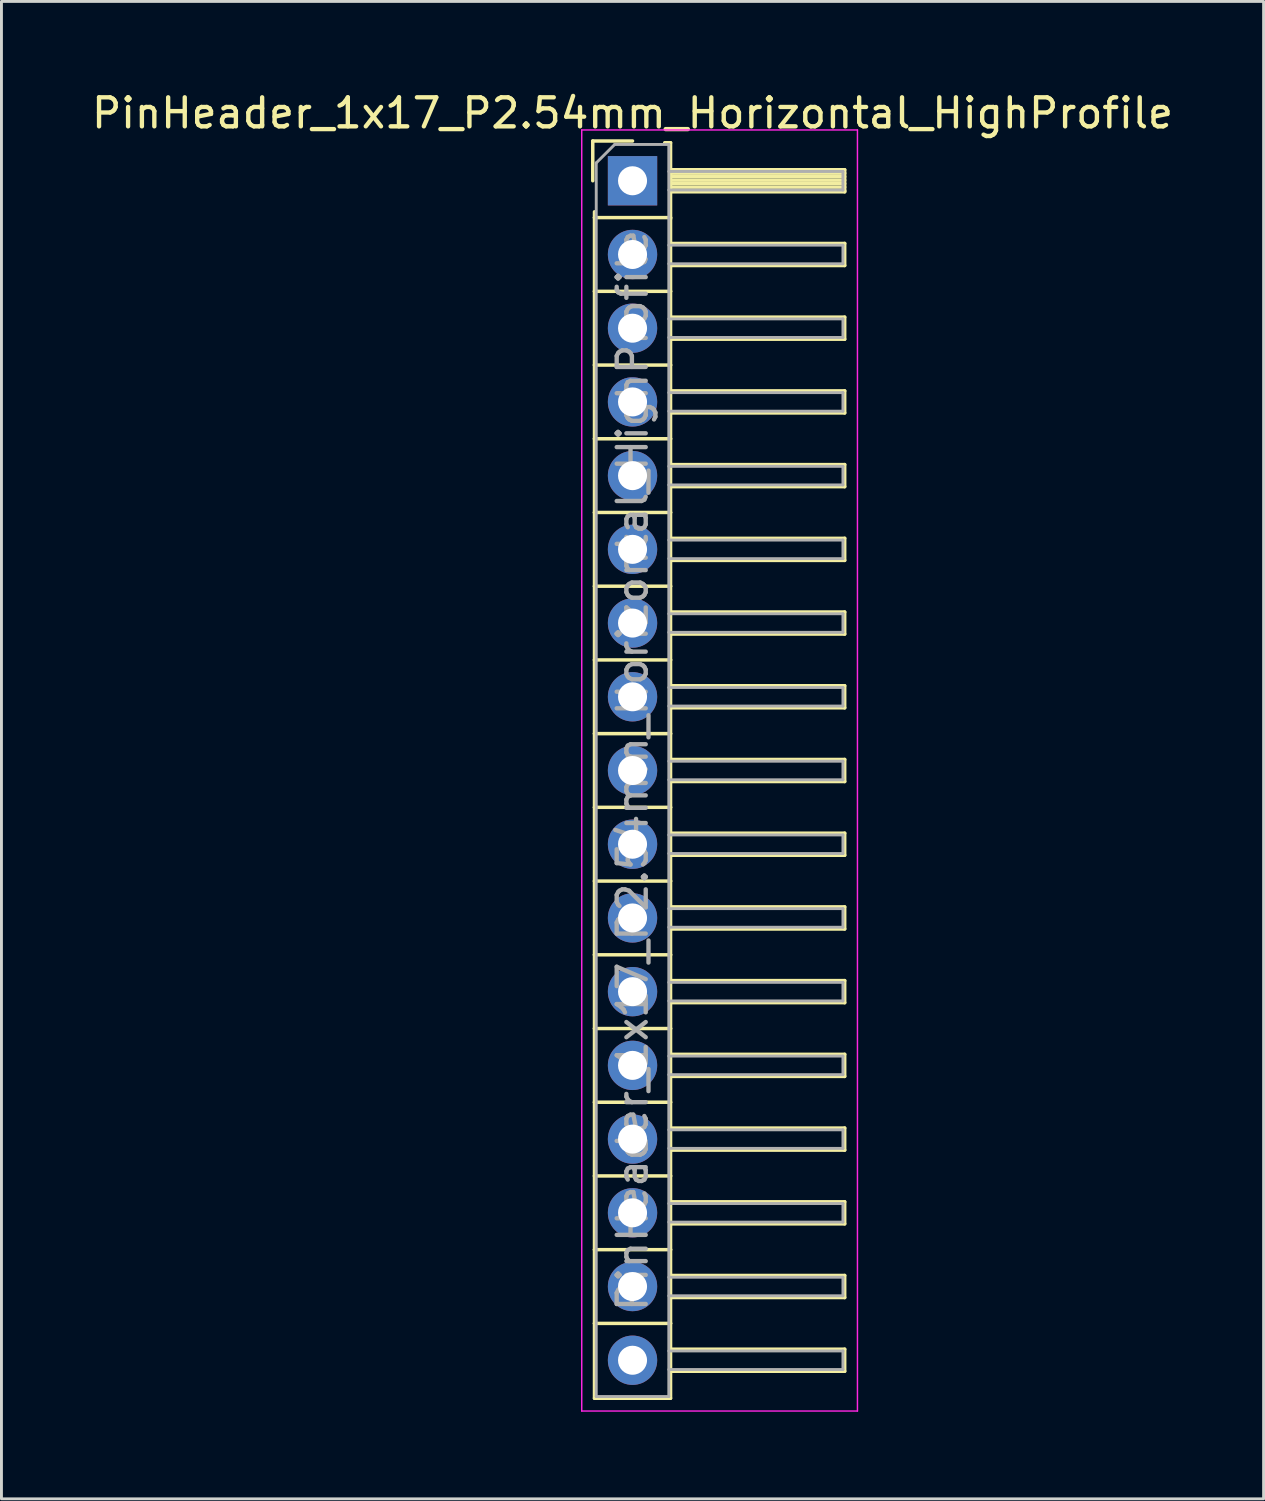
<source format=kicad_pcb>
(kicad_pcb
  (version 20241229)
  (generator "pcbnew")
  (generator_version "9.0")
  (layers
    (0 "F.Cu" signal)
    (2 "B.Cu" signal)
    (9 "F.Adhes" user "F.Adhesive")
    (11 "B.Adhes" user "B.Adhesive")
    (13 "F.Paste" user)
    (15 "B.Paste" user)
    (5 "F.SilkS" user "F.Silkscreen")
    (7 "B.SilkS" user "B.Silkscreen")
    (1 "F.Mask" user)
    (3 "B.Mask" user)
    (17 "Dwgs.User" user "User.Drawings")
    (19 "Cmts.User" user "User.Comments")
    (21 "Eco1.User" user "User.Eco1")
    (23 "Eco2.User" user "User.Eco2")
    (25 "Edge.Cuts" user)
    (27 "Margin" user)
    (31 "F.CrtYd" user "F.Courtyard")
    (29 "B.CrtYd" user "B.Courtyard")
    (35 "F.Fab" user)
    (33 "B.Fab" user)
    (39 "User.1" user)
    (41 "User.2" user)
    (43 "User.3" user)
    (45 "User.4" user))
  (footprint "PinHeader_1x17_P2.54mm_Horizontal_HighProfile"
    (layer "F.Cu")
    (at 18.744 3.178)
    (property "Reference" "PinHeader_1x17_P2.54mm_Horizontal_HighProfile" (at 0 -2.33 0) (layer "F.SilkS") (effects (font (size 1 1) (thickness 0.15))))
    (attr through_hole)
    (fp_line (start -1.37 -1.37) (end -1.37 0) (stroke (width 0.12) (type solid)) (layer "F.SilkS"))
    (fp_line (start -1.37 -1.37) (end 0 -1.37) (stroke (width 0.12) (type solid)) (layer "F.SilkS"))
    (fp_line (start -1.31 1.27) (end -1.31 1.07) (stroke (width 0.12) (type solid)) (layer "F.SilkS"))
    (fp_line (start -1.31 1.27) (end -1.31 3.81) (stroke (width 0.12) (type solid)) (layer "F.SilkS"))
    (fp_line (start -1.31 1.27) (end 1.31 1.27) (stroke (width 0.12) (type solid)) (layer "F.SilkS"))
    (fp_line (start -1.31 3.81) (end -1.31 6.35) (stroke (width 0.12) (type solid)) (layer "F.SilkS"))
    (fp_line (start -1.31 3.81) (end 1.31 3.81) (stroke (width 0.12) (type solid)) (layer "F.SilkS"))
    (fp_line (start -1.31 6.35) (end -1.31 8.89) (stroke (width 0.12) (type solid)) (layer "F.SilkS"))
    (fp_line (start -1.31 6.35) (end 1.31 6.35) (stroke (width 0.12) (type solid)) (layer "F.SilkS"))
    (fp_line (start -1.31 8.89) (end -1.31 11.43) (stroke (width 0.12) (type solid)) (layer "F.SilkS"))
    (fp_line (start -1.31 8.89) (end 1.31 8.89) (stroke (width 0.12) (type solid)) (layer "F.SilkS"))
    (fp_line (start -1.31 11.43) (end -1.31 13.97) (stroke (width 0.12) (type solid)) (layer "F.SilkS"))
    (fp_line (start -1.31 11.43) (end 1.31 11.43) (stroke (width 0.12) (type solid)) (layer "F.SilkS"))
    (fp_line (start -1.31 13.97) (end -1.31 16.51) (stroke (width 0.12) (type solid)) (layer "F.SilkS"))
    (fp_line (start -1.31 13.97) (end 1.31 13.97) (stroke (width 0.12) (type solid)) (layer "F.SilkS"))
    (fp_line (start -1.31 16.51) (end -1.31 19.05) (stroke (width 0.12) (type solid)) (layer "F.SilkS"))
    (fp_line (start -1.31 16.51) (end 1.31 16.51) (stroke (width 0.12) (type solid)) (layer "F.SilkS"))
    (fp_line (start -1.31 19.05) (end -1.31 21.59) (stroke (width 0.12) (type solid)) (layer "F.SilkS"))
    (fp_line (start -1.31 19.05) (end 1.31 19.05) (stroke (width 0.12) (type solid)) (layer "F.SilkS"))
    (fp_line (start -1.31 21.59) (end -1.31 24.13) (stroke (width 0.12) (type solid)) (layer "F.SilkS"))
    (fp_line (start -1.31 21.59) (end 1.31 21.59) (stroke (width 0.12) (type solid)) (layer "F.SilkS"))
    (fp_line (start -1.31 24.13) (end -1.31 26.67) (stroke (width 0.12) (type solid)) (layer "F.SilkS"))
    (fp_line (start -1.31 24.13) (end 1.31 24.13) (stroke (width 0.12) (type solid)) (layer "F.SilkS"))
    (fp_line (start -1.31 26.67) (end -1.31 29.21) (stroke (width 0.12) (type solid)) (layer "F.SilkS"))
    (fp_line (start -1.31 26.67) (end 1.31 26.67) (stroke (width 0.12) (type solid)) (layer "F.SilkS"))
    (fp_line (start -1.31 29.21) (end -1.31 31.75) (stroke (width 0.12) (type solid)) (layer "F.SilkS"))
    (fp_line (start -1.31 29.21) (end 1.31 29.21) (stroke (width 0.12) (type solid)) (layer "F.SilkS"))
    (fp_line (start -1.31 31.75) (end -1.31 34.29) (stroke (width 0.12) (type solid)) (layer "F.SilkS"))
    (fp_line (start -1.31 31.75) (end 1.31 31.75) (stroke (width 0.12) (type solid)) (layer "F.SilkS"))
    (fp_line (start -1.31 34.29) (end -1.31 36.83) (stroke (width 0.12) (type solid)) (layer "F.SilkS"))
    (fp_line (start -1.31 34.29) (end 1.31 34.29) (stroke (width 0.12) (type solid)) (layer "F.SilkS"))
    (fp_line (start -1.31 36.83) (end -1.31 39.37) (stroke (width 0.12) (type solid)) (layer "F.SilkS"))
    (fp_line (start -1.31 36.83) (end 1.31 36.83) (stroke (width 0.12) (type solid)) (layer "F.SilkS"))
    (fp_line (start -1.31 39.37) (end -1.31 41.95) (stroke (width 0.12) (type solid)) (layer "F.SilkS"))
    (fp_line (start -1.31 39.37) (end 1.31 39.37) (stroke (width 0.12) (type solid)) (layer "F.SilkS"))
    (fp_line (start -1.31 41.95) (end 1.31 41.95) (stroke (width 0.12) (type solid)) (layer "F.SilkS"))
    (fp_line (start 1.11 -1.31) (end 1.31 -1.31) (stroke (width 0.12) (type solid)) (layer "F.SilkS"))
    (fp_line (start 1.31 -1.31) (end 1.31 1.31) (stroke (width 0.12) (type solid)) (layer "F.SilkS"))
    (fp_line (start 1.31 -0.38) (end 7.31 -0.38) (stroke (width 0.12) (type solid)) (layer "F.SilkS"))
    (fp_line (start 1.31 -0.26) (end 7.31 -0.26) (stroke (width 0.12) (type solid)) (layer "F.SilkS"))
    (fp_line (start 1.31 -0.14) (end 7.31 -0.14) (stroke (width 0.12) (type solid)) (layer "F.SilkS"))
    (fp_line (start 1.31 -0.02) (end 7.31 -0.02) (stroke (width 0.12) (type solid)) (layer "F.SilkS"))
    (fp_line (start 1.31 0.1) (end 7.31 0.1) (stroke (width 0.12) (type solid)) (layer "F.SilkS"))
    (fp_line (start 1.31 0.22) (end 7.31 0.22) (stroke (width 0.12) (type solid)) (layer "F.SilkS"))
    (fp_line (start 1.31 0.34) (end 7.31 0.34) (stroke (width 0.12) (type solid)) (layer "F.SilkS"))
    (fp_line (start 1.31 0.38) (end 7.31 0.38) (stroke (width 0.12) (type solid)) (layer "F.SilkS"))
    (fp_line (start 1.31 1.27) (end 1.31 3.81) (stroke (width 0.12) (type solid)) (layer "F.SilkS"))
    (fp_line (start 1.31 2.16) (end 7.31 2.16) (stroke (width 0.12) (type solid)) (layer "F.SilkS"))
    (fp_line (start 1.31 2.92) (end 7.31 2.92) (stroke (width 0.12) (type solid)) (layer "F.SilkS"))
    (fp_line (start 1.31 3.81) (end 1.31 6.35) (stroke (width 0.12) (type solid)) (layer "F.SilkS"))
    (fp_line (start 1.31 4.7) (end 7.31 4.7) (stroke (width 0.12) (type solid)) (layer "F.SilkS"))
    (fp_line (start 1.31 5.46) (end 7.31 5.46) (stroke (width 0.12) (type solid)) (layer "F.SilkS"))
    (fp_line (start 1.31 6.35) (end 1.31 8.89) (stroke (width 0.12) (type solid)) (layer "F.SilkS"))
    (fp_line (start 1.31 7.24) (end 7.31 7.24) (stroke (width 0.12) (type solid)) (layer "F.SilkS"))
    (fp_line (start 1.31 8) (end 7.31 8) (stroke (width 0.12) (type solid)) (layer "F.SilkS"))
    (fp_line (start 1.31 8.89) (end 1.31 11.43) (stroke (width 0.12) (type solid)) (layer "F.SilkS"))
    (fp_line (start 1.31 9.78) (end 7.31 9.78) (stroke (width 0.12) (type solid)) (layer "F.SilkS"))
    (fp_line (start 1.31 10.54) (end 7.31 10.54) (stroke (width 0.12) (type solid)) (layer "F.SilkS"))
    (fp_line (start 1.31 11.43) (end 1.31 13.97) (stroke (width 0.12) (type solid)) (layer "F.SilkS"))
    (fp_line (start 1.31 12.32) (end 7.31 12.32) (stroke (width 0.12) (type solid)) (layer "F.SilkS"))
    (fp_line (start 1.31 13.08) (end 7.31 13.08) (stroke (width 0.12) (type solid)) (layer "F.SilkS"))
    (fp_line (start 1.31 13.97) (end 1.31 16.51) (stroke (width 0.12) (type solid)) (layer "F.SilkS"))
    (fp_line (start 1.31 14.86) (end 7.31 14.86) (stroke (width 0.12) (type solid)) (layer "F.SilkS"))
    (fp_line (start 1.31 15.62) (end 7.31 15.62) (stroke (width 0.12) (type solid)) (layer "F.SilkS"))
    (fp_line (start 1.31 16.51) (end 1.31 19.05) (stroke (width 0.12) (type solid)) (layer "F.SilkS"))
    (fp_line (start 1.31 17.4) (end 7.31 17.4) (stroke (width 0.12) (type solid)) (layer "F.SilkS"))
    (fp_line (start 1.31 18.16) (end 7.31 18.16) (stroke (width 0.12) (type solid)) (layer "F.SilkS"))
    (fp_line (start 1.31 19.05) (end 1.31 21.59) (stroke (width 0.12) (type solid)) (layer "F.SilkS"))
    (fp_line (start 1.31 19.94) (end 7.31 19.94) (stroke (width 0.12) (type solid)) (layer "F.SilkS"))
    (fp_line (start 1.31 20.7) (end 7.31 20.7) (stroke (width 0.12) (type solid)) (layer "F.SilkS"))
    (fp_line (start 1.31 21.59) (end 1.31 24.13) (stroke (width 0.12) (type solid)) (layer "F.SilkS"))
    (fp_line (start 1.31 22.48) (end 7.31 22.48) (stroke (width 0.12) (type solid)) (layer "F.SilkS"))
    (fp_line (start 1.31 23.24) (end 7.31 23.24) (stroke (width 0.12) (type solid)) (layer "F.SilkS"))
    (fp_line (start 1.31 24.13) (end 1.31 26.67) (stroke (width 0.12) (type solid)) (layer "F.SilkS"))
    (fp_line (start 1.31 25.02) (end 7.31 25.02) (stroke (width 0.12) (type solid)) (layer "F.SilkS"))
    (fp_line (start 1.31 25.78) (end 7.31 25.78) (stroke (width 0.12) (type solid)) (layer "F.SilkS"))
    (fp_line (start 1.31 26.67) (end 1.31 29.21) (stroke (width 0.12) (type solid)) (layer "F.SilkS"))
    (fp_line (start 1.31 27.56) (end 7.31 27.56) (stroke (width 0.12) (type solid)) (layer "F.SilkS"))
    (fp_line (start 1.31 28.32) (end 7.31 28.32) (stroke (width 0.12) (type solid)) (layer "F.SilkS"))
    (fp_line (start 1.31 29.21) (end 1.31 31.75) (stroke (width 0.12) (type solid)) (layer "F.SilkS"))
    (fp_line (start 1.31 30.1) (end 7.31 30.1) (stroke (width 0.12) (type solid)) (layer "F.SilkS"))
    (fp_line (start 1.31 30.86) (end 7.31 30.86) (stroke (width 0.12) (type solid)) (layer "F.SilkS"))
    (fp_line (start 1.31 31.75) (end 1.31 34.29) (stroke (width 0.12) (type solid)) (layer "F.SilkS"))
    (fp_line (start 1.31 32.64) (end 7.31 32.64) (stroke (width 0.12) (type solid)) (layer "F.SilkS"))
    (fp_line (start 1.31 33.4) (end 7.31 33.4) (stroke (width 0.12) (type solid)) (layer "F.SilkS"))
    (fp_line (start 1.31 34.29) (end 1.31 36.83) (stroke (width 0.12) (type solid)) (layer "F.SilkS"))
    (fp_line (start 1.31 35.18) (end 7.31 35.18) (stroke (width 0.12) (type solid)) (layer "F.SilkS"))
    (fp_line (start 1.31 35.94) (end 7.31 35.94) (stroke (width 0.12) (type solid)) (layer "F.SilkS"))
    (fp_line (start 1.31 36.83) (end 1.31 39.37) (stroke (width 0.12) (type solid)) (layer "F.SilkS"))
    (fp_line (start 1.31 37.72) (end 7.31 37.72) (stroke (width 0.12) (type solid)) (layer "F.SilkS"))
    (fp_line (start 1.31 38.48) (end 7.31 38.48) (stroke (width 0.12) (type solid)) (layer "F.SilkS"))
    (fp_line (start 1.31 39.37) (end 1.31 41.95) (stroke (width 0.12) (type solid)) (layer "F.SilkS"))
    (fp_line (start 1.31 40.26) (end 7.31 40.26) (stroke (width 0.12) (type solid)) (layer "F.SilkS"))
    (fp_line (start 1.31 41.02) (end 7.31 41.02) (stroke (width 0.12) (type solid)) (layer "F.SilkS"))
    (fp_line (start 7.31 -0.38) (end 7.31 0.38) (stroke (width 0.12) (type solid)) (layer "F.SilkS"))
    (fp_line (start 7.31 2.16) (end 7.31 2.92) (stroke (width 0.12) (type solid)) (layer "F.SilkS"))
    (fp_line (start 7.31 4.7) (end 7.31 5.46) (stroke (width 0.12) (type solid)) (layer "F.SilkS"))
    (fp_line (start 7.31 7.24) (end 7.31 8) (stroke (width 0.12) (type solid)) (layer "F.SilkS"))
    (fp_line (start 7.31 9.78) (end 7.31 10.54) (stroke (width 0.12) (type solid)) (layer "F.SilkS"))
    (fp_line (start 7.31 12.32) (end 7.31 13.08) (stroke (width 0.12) (type solid)) (layer "F.SilkS"))
    (fp_line (start 7.31 14.86) (end 7.31 15.62) (stroke (width 0.12) (type solid)) (layer "F.SilkS"))
    (fp_line (start 7.31 17.4) (end 7.31 18.16) (stroke (width 0.12) (type solid)) (layer "F.SilkS"))
    (fp_line (start 7.31 19.94) (end 7.31 20.7) (stroke (width 0.12) (type solid)) (layer "F.SilkS"))
    (fp_line (start 7.31 22.48) (end 7.31 23.24) (stroke (width 0.12) (type solid)) (layer "F.SilkS"))
    (fp_line (start 7.31 25.02) (end 7.31 25.78) (stroke (width 0.12) (type solid)) (layer "F.SilkS"))
    (fp_line (start 7.31 27.56) (end 7.31 28.32) (stroke (width 0.12) (type solid)) (layer "F.SilkS"))
    (fp_line (start 7.31 30.1) (end 7.31 30.86) (stroke (width 0.12) (type solid)) (layer "F.SilkS"))
    (fp_line (start 7.31 32.64) (end 7.31 33.4) (stroke (width 0.12) (type solid)) (layer "F.SilkS"))
    (fp_line (start 7.31 35.18) (end 7.31 35.94) (stroke (width 0.12) (type solid)) (layer "F.SilkS"))
    (fp_line (start 7.31 37.72) (end 7.31 38.48) (stroke (width 0.12) (type solid)) (layer "F.SilkS"))
    (fp_line (start 7.31 40.26) (end 7.31 41.02) (stroke (width 0.12) (type solid)) (layer "F.SilkS"))
    (fp_line (start -1.75 -1.75) (end -1.75 42.39) (stroke (width 0.05) (type solid)) (layer "F.CrtYd"))
    (fp_line (start -1.75 -1.75) (end 7.75 -1.75) (stroke (width 0.05) (type solid)) (layer "F.CrtYd"))
    (fp_line (start -1.75 42.39) (end 7.75 42.39) (stroke (width 0.05) (type solid)) (layer "F.CrtYd"))
    (fp_line (start 7.75 -1.75) (end 7.75 42.39) (stroke (width 0.05) (type solid)) (layer "F.CrtYd"))
    (fp_line (start -1.25 -0.615) (end -1.25 41.89) (stroke (width 0.1) (type solid)) (layer "F.Fab"))
    (fp_line (start -1.25 -0.615) (end -0.615 -1.25) (stroke (width 0.1) (type solid)) (layer "F.Fab"))
    (fp_line (start -1.25 41.89) (end 1.25 41.89) (stroke (width 0.1) (type solid)) (layer "F.Fab"))
    (fp_line (start -0.615 -1.25) (end 1.25 -1.25) (stroke (width 0.1) (type solid)) (layer "F.Fab"))
    (fp_line (start 1.25 -1.25) (end 1.25 41.89) (stroke (width 0.1) (type solid)) (layer "F.Fab"))
    (fp_line (start 1.25 -0.32) (end 7.25 -0.32) (stroke (width 0.1) (type solid)) (layer "F.Fab"))
    (fp_line (start 1.25 0.32) (end 7.25 0.32) (stroke (width 0.1) (type solid)) (layer "F.Fab"))
    (fp_line (start 1.25 2.22) (end 7.25 2.22) (stroke (width 0.1) (type solid)) (layer "F.Fab"))
    (fp_line (start 1.25 2.86) (end 7.25 2.86) (stroke (width 0.1) (type solid)) (layer "F.Fab"))
    (fp_line (start 1.25 4.76) (end 7.25 4.76) (stroke (width 0.1) (type solid)) (layer "F.Fab"))
    (fp_line (start 1.25 5.4) (end 7.25 5.4) (stroke (width 0.1) (type solid)) (layer "F.Fab"))
    (fp_line (start 1.25 7.3) (end 7.25 7.3) (stroke (width 0.1) (type solid)) (layer "F.Fab"))
    (fp_line (start 1.25 7.94) (end 7.25 7.94) (stroke (width 0.1) (type solid)) (layer "F.Fab"))
    (fp_line (start 1.25 9.84) (end 7.25 9.84) (stroke (width 0.1) (type solid)) (layer "F.Fab"))
    (fp_line (start 1.25 10.48) (end 7.25 10.48) (stroke (width 0.1) (type solid)) (layer "F.Fab"))
    (fp_line (start 1.25 12.38) (end 7.25 12.38) (stroke (width 0.1) (type solid)) (layer "F.Fab"))
    (fp_line (start 1.25 13.02) (end 7.25 13.02) (stroke (width 0.1) (type solid)) (layer "F.Fab"))
    (fp_line (start 1.25 14.92) (end 7.25 14.92) (stroke (width 0.1) (type solid)) (layer "F.Fab"))
    (fp_line (start 1.25 15.56) (end 7.25 15.56) (stroke (width 0.1) (type solid)) (layer "F.Fab"))
    (fp_line (start 1.25 17.46) (end 7.25 17.46) (stroke (width 0.1) (type solid)) (layer "F.Fab"))
    (fp_line (start 1.25 18.1) (end 7.25 18.1) (stroke (width 0.1) (type solid)) (layer "F.Fab"))
    (fp_line (start 1.25 20) (end 7.25 20) (stroke (width 0.1) (type solid)) (layer "F.Fab"))
    (fp_line (start 1.25 20.64) (end 7.25 20.64) (stroke (width 0.1) (type solid)) (layer "F.Fab"))
    (fp_line (start 1.25 22.54) (end 7.25 22.54) (stroke (width 0.1) (type solid)) (layer "F.Fab"))
    (fp_line (start 1.25 23.18) (end 7.25 23.18) (stroke (width 0.1) (type solid)) (layer "F.Fab"))
    (fp_line (start 1.25 25.08) (end 7.25 25.08) (stroke (width 0.1) (type solid)) (layer "F.Fab"))
    (fp_line (start 1.25 25.72) (end 7.25 25.72) (stroke (width 0.1) (type solid)) (layer "F.Fab"))
    (fp_line (start 1.25 27.62) (end 7.25 27.62) (stroke (width 0.1) (type solid)) (layer "F.Fab"))
    (fp_line (start 1.25 28.26) (end 7.25 28.26) (stroke (width 0.1) (type solid)) (layer "F.Fab"))
    (fp_line (start 1.25 30.16) (end 7.25 30.16) (stroke (width 0.1) (type solid)) (layer "F.Fab"))
    (fp_line (start 1.25 30.8) (end 7.25 30.8) (stroke (width 0.1) (type solid)) (layer "F.Fab"))
    (fp_line (start 1.25 32.7) (end 7.25 32.7) (stroke (width 0.1) (type solid)) (layer "F.Fab"))
    (fp_line (start 1.25 33.34) (end 7.25 33.34) (stroke (width 0.1) (type solid)) (layer "F.Fab"))
    (fp_line (start 1.25 35.24) (end 7.25 35.24) (stroke (width 0.1) (type solid)) (layer "F.Fab"))
    (fp_line (start 1.25 35.88) (end 7.25 35.88) (stroke (width 0.1) (type solid)) (layer "F.Fab"))
    (fp_line (start 1.25 37.78) (end 7.25 37.78) (stroke (width 0.1) (type solid)) (layer "F.Fab"))
    (fp_line (start 1.25 38.42) (end 7.25 38.42) (stroke (width 0.1) (type solid)) (layer "F.Fab"))
    (fp_line (start 1.25 40.32) (end 7.25 40.32) (stroke (width 0.1) (type solid)) (layer "F.Fab"))
    (fp_line (start 1.25 40.96) (end 7.25 40.96) (stroke (width 0.1) (type solid)) (layer "F.Fab"))
    (fp_line (start 7.25 -0.32) (end 7.25 0.32) (stroke (width 0.1) (type solid)) (layer "F.Fab"))
    (fp_line (start 7.25 2.22) (end 7.25 2.86) (stroke (width 0.1) (type solid)) (layer "F.Fab"))
    (fp_line (start 7.25 4.76) (end 7.25 5.4) (stroke (width 0.1) (type solid)) (layer "F.Fab"))
    (fp_line (start 7.25 7.3) (end 7.25 7.94) (stroke (width 0.1) (type solid)) (layer "F.Fab"))
    (fp_line (start 7.25 9.84) (end 7.25 10.48) (stroke (width 0.1) (type solid)) (layer "F.Fab"))
    (fp_line (start 7.25 12.38) (end 7.25 13.02) (stroke (width 0.1) (type solid)) (layer "F.Fab"))
    (fp_line (start 7.25 14.92) (end 7.25 15.56) (stroke (width 0.1) (type solid)) (layer "F.Fab"))
    (fp_line (start 7.25 17.46) (end 7.25 18.1) (stroke (width 0.1) (type solid)) (layer "F.Fab"))
    (fp_line (start 7.25 20) (end 7.25 20.64) (stroke (width 0.1) (type solid)) (layer "F.Fab"))
    (fp_line (start 7.25 22.54) (end 7.25 23.18) (stroke (width 0.1) (type solid)) (layer "F.Fab"))
    (fp_line (start 7.25 25.08) (end 7.25 25.72) (stroke (width 0.1) (type solid)) (layer "F.Fab"))
    (fp_line (start 7.25 27.62) (end 7.25 28.26) (stroke (width 0.1) (type solid)) (layer "F.Fab"))
    (fp_line (start 7.25 30.16) (end 7.25 30.8) (stroke (width 0.1) (type solid)) (layer "F.Fab"))
    (fp_line (start 7.25 32.7) (end 7.25 33.34) (stroke (width 0.1) (type solid)) (layer "F.Fab"))
    (fp_line (start 7.25 35.24) (end 7.25 35.88) (stroke (width 0.1) (type solid)) (layer "F.Fab"))
    (fp_line (start 7.25 37.78) (end 7.25 38.42) (stroke (width 0.1) (type solid)) (layer "F.Fab"))
    (fp_line (start 7.25 40.32) (end 7.25 40.96) (stroke (width 0.1) (type solid)) (layer "F.Fab"))
    (fp_text user "${REFERENCE}" (at 0 20.32 90) (layer "F.Fab") (effects (font (size 1 1) (thickness 0.15))))
    (pad "1" thru_hole rect (at 0 0) (size 1.7 1.7) (drill 1) (layers "*.Cu" "*.Mask"))
    (pad "2" thru_hole oval (at 0 2.54) (size 1.7 1.7) (drill 1) (layers "*.Cu" "*.Mask"))
    (pad "3" thru_hole oval (at 0 5.08) (size 1.7 1.7) (drill 1) (layers "*.Cu" "*.Mask"))
    (pad "4" thru_hole oval (at 0 7.62) (size 1.7 1.7) (drill 1) (layers "*.Cu" "*.Mask"))
    (pad "5" thru_hole oval (at 0 10.16) (size 1.7 1.7) (drill 1) (layers "*.Cu" "*.Mask"))
    (pad "6" thru_hole oval (at 0 12.7) (size 1.7 1.7) (drill 1) (layers "*.Cu" "*.Mask"))
    (pad "7" thru_hole oval (at 0 15.24) (size 1.7 1.7) (drill 1) (layers "*.Cu" "*.Mask"))
    (pad "8" thru_hole oval (at 0 17.78) (size 1.7 1.7) (drill 1) (layers "*.Cu" "*.Mask"))
    (pad "9" thru_hole oval (at 0 20.32) (size 1.7 1.7) (drill 1) (layers "*.Cu" "*.Mask"))
    (pad "10" thru_hole oval (at 0 22.86) (size 1.7 1.7) (drill 1) (layers "*.Cu" "*.Mask"))
    (pad "11" thru_hole oval (at 0 25.4) (size 1.7 1.7) (drill 1) (layers "*.Cu" "*.Mask"))
    (pad "12" thru_hole oval (at 0 27.94) (size 1.7 1.7) (drill 1) (layers "*.Cu" "*.Mask"))
    (pad "13" thru_hole oval (at 0 30.48) (size 1.7 1.7) (drill 1) (layers "*.Cu" "*.Mask"))
    (pad "14" thru_hole oval (at 0 33.02) (size 1.7 1.7) (drill 1) (layers "*.Cu" "*.Mask"))
    (pad "15" thru_hole oval (at 0 35.56) (size 1.7 1.7) (drill 1) (layers "*.Cu" "*.Mask"))
    (pad "16" thru_hole oval (at 0 38.1) (size 1.7 1.7) (drill 1) (layers "*.Cu" "*.Mask"))
    (pad "17" thru_hole oval (at 0 40.64) (size 1.7 1.7) (drill 1) (layers "*.Cu" "*.Mask")))
  (gr_rect
    (start -3 -3)
    (end 40.488 48.593)
    (stroke (width 0.1) (type default))
    (fill no)
    (layer "Edge.Cuts")))
</source>
